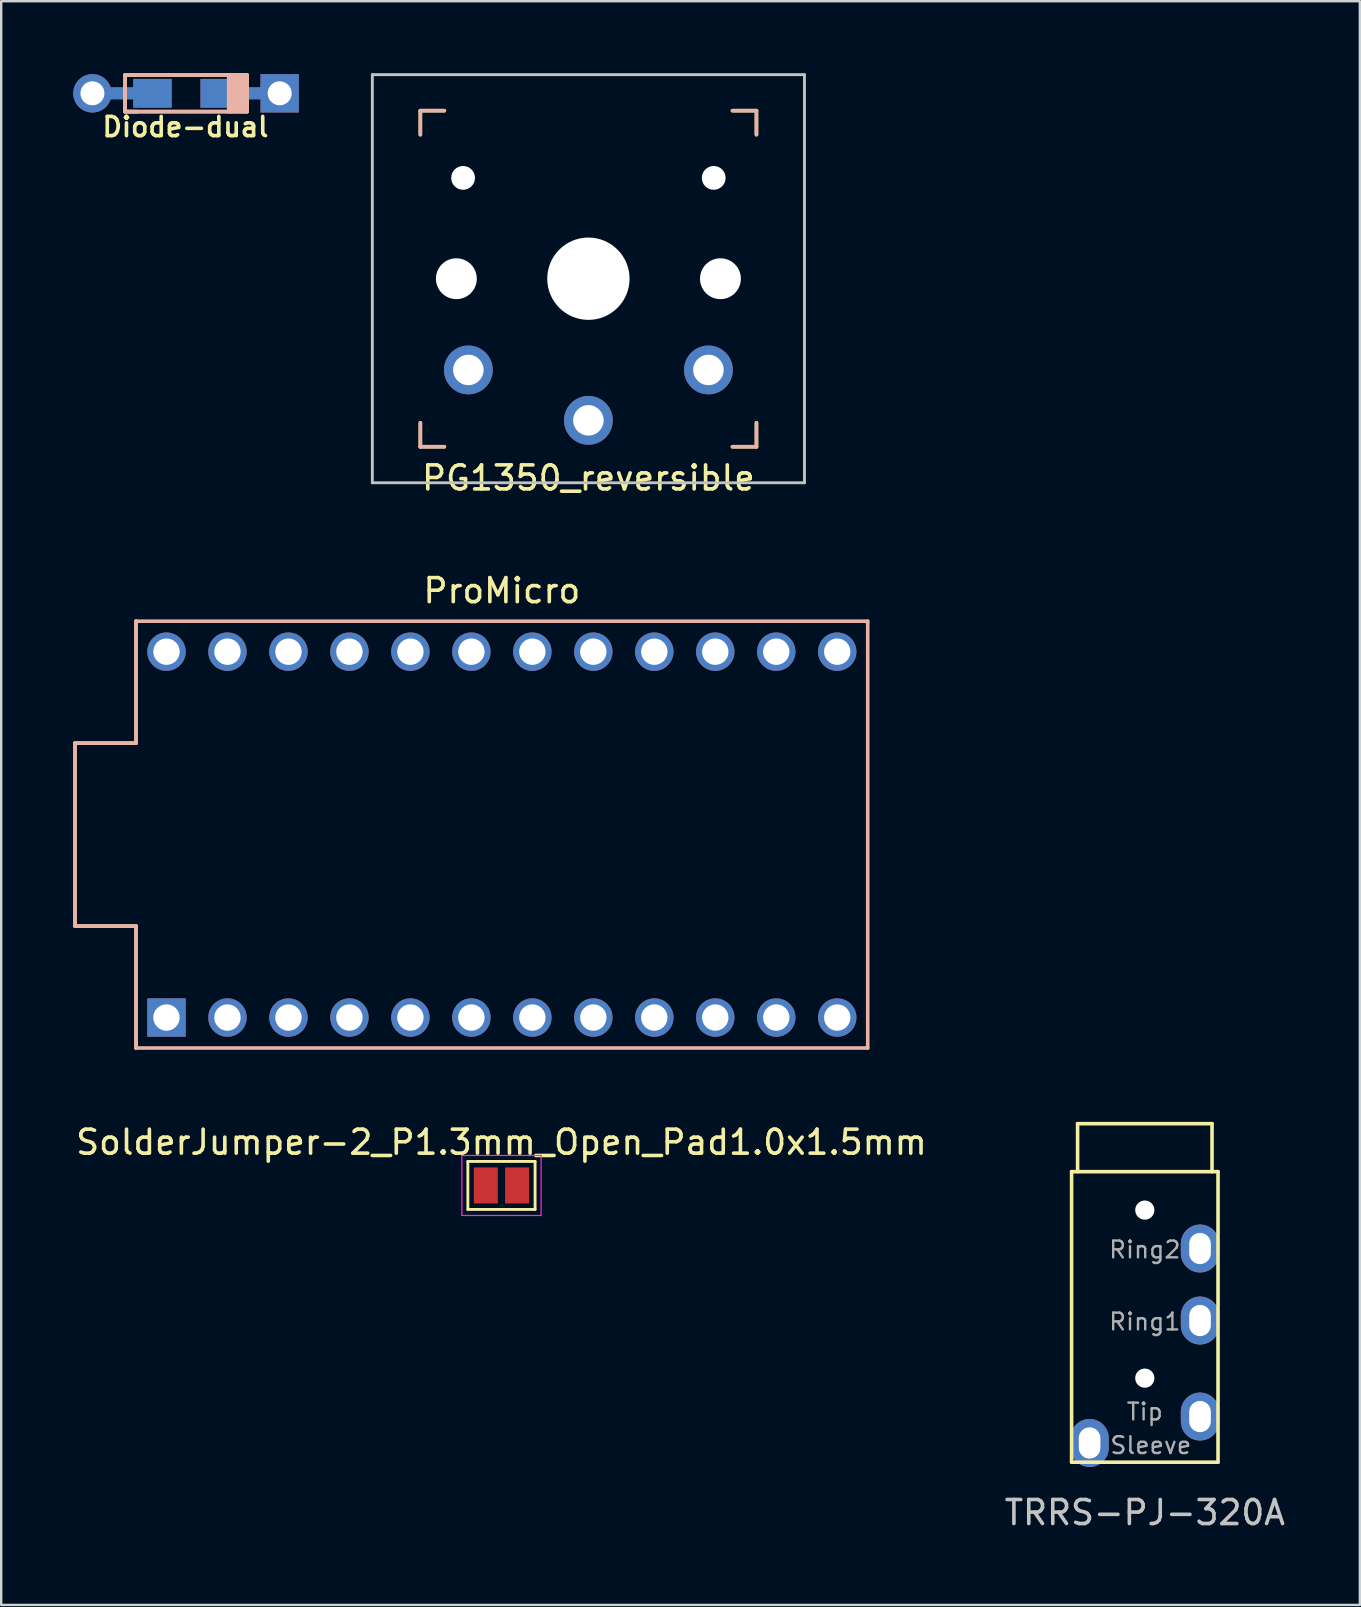
<source format=kicad_pcb>
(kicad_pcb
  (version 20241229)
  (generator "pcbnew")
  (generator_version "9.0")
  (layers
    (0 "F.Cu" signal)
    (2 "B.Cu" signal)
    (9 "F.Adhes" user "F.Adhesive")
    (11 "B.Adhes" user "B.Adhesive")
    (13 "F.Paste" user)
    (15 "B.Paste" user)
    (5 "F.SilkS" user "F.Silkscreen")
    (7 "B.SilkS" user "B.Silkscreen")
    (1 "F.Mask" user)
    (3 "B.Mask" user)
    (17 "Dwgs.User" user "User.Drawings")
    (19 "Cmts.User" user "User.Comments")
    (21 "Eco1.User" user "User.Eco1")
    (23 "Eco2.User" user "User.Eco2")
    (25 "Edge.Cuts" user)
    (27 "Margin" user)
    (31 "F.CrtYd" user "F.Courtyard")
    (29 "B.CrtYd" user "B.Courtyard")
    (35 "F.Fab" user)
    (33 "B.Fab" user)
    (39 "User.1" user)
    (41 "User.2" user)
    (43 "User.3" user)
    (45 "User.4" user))
  (footprint "PG1350_reversible"
    (layer "F.Cu")
    (at 21.46 8.56)
    (property "Reference" "PG1350_reversible" (at 0 8.3 180) (layer "F.SilkS") (effects (font (size 1 1) (thickness 0.15))))
    (attr through_hole)
    (fp_line (start -7 -7) (end -6 -7) (stroke (width 0.15) (type solid)) (layer "F.SilkS"))
    (fp_line (start -7 -6) (end -7 -7) (stroke (width 0.15) (type solid)) (layer "F.SilkS"))
    (fp_line (start -7 7) (end -7 6) (stroke (width 0.15) (type solid)) (layer "F.SilkS"))
    (fp_line (start -6 7) (end -7 7) (stroke (width 0.15) (type solid)) (layer "F.SilkS"))
    (fp_line (start 6 -7) (end 7 -7) (stroke (width 0.15) (type solid)) (layer "F.SilkS"))
    (fp_line (start 7 -7) (end 7 -6) (stroke (width 0.15) (type solid)) (layer "F.SilkS"))
    (fp_line (start 7 6) (end 7 7) (stroke (width 0.15) (type solid)) (layer "F.SilkS"))
    (fp_line (start 7 7) (end 6 7) (stroke (width 0.15) (type solid)) (layer "F.SilkS"))
    (fp_line (start -7 -7) (end -6 -7) (stroke (width 0.15) (type solid)) (layer "B.SilkS"))
    (fp_line (start -7 -6) (end -7 -7) (stroke (width 0.15) (type solid)) (layer "B.SilkS"))
    (fp_line (start -7 7) (end -7 6) (stroke (width 0.15) (type solid)) (layer "B.SilkS"))
    (fp_line (start -6 7) (end -7 7) (stroke (width 0.15) (type solid)) (layer "B.SilkS"))
    (fp_line (start 6 -7) (end 7 -7) (stroke (width 0.15) (type solid)) (layer "B.SilkS"))
    (fp_line (start 7 -7) (end 7 -6) (stroke (width 0.15) (type solid)) (layer "B.SilkS"))
    (fp_line (start 7 6) (end 7 7) (stroke (width 0.15) (type solid)) (layer "B.SilkS"))
    (fp_line (start 7 7) (end 6 7) (stroke (width 0.15) (type solid)) (layer "B.SilkS"))
    (fp_line (start -9 -8.5) (end -9 8.5) (stroke (width 0.12) (type solid)) (layer "Dwgs.User"))
    (fp_line (start -9 -8.5) (end 9 -8.5) (stroke (width 0.12) (type solid)) (layer "Dwgs.User"))
    (fp_line (start -9 8.5) (end 9 8.5) (stroke (width 0.12) (type solid)) (layer "Dwgs.User"))
    (fp_line (start 9 -8.5) (end 9 8.5) (stroke (width 0.12) (type solid)) (layer "Dwgs.User"))
    (fp_line (start -7.5 -7.5) (end 7.5 -7.5) (stroke (width 0.15) (type solid)) (layer "Eco2.User"))
    (fp_line (start -7.5 7.5) (end -7.5 -7.5) (stroke (width 0.15) (type solid)) (layer "Eco2.User"))
    (fp_line (start -6.9 6.9) (end -6.9 -6.9) (stroke (width 0.15) (type solid)) (layer "Eco2.User"))
    (fp_line (start -6.9 6.9) (end 6.9 6.9) (stroke (width 0.15) (type solid)) (layer "Eco2.User"))
    (fp_line (start -2.6 -3.1) (end -2.6 -6.3) (stroke (width 0.15) (type solid)) (layer "Eco2.User"))
    (fp_line (start -2.6 -3.1) (end 2.6 -3.1) (stroke (width 0.15) (type solid)) (layer "Eco2.User"))
    (fp_line (start 2.6 -6.3) (end -2.6 -6.3) (stroke (width 0.15) (type solid)) (layer "Eco2.User"))
    (fp_line (start 2.6 -3.1) (end 2.6 -6.3) (stroke (width 0.15) (type solid)) (layer "Eco2.User"))
    (fp_line (start 6.9 -6.9) (end -6.9 -6.9) (stroke (width 0.15) (type solid)) (layer "Eco2.User"))
    (fp_line (start 6.9 -6.9) (end 6.9 6.9) (stroke (width 0.15) (type solid)) (layer "Eco2.User"))
    (fp_line (start 7.5 -7.5) (end 7.5 7.5) (stroke (width 0.15) (type solid)) (layer "Eco2.User"))
    (fp_line (start 7.5 7.5) (end -7.5 7.5) (stroke (width 0.15) (type solid)) (layer "Eco2.User"))
    (pad "" np_thru_hole circle (at -5.5 0) (size 1.702 1.702) (drill 1.702) (layers "*.Cu" "*.Mask"))
    (pad "" np_thru_hole circle (at -5.22 -4.2) (size 0.991 0.991) (drill 0.991) (layers "*.Cu" "*.Mask"))
    (pad "" np_thru_hole circle (at 0 0) (size 3.429 3.429) (drill 3.429) (layers "*.Cu" "*.Mask"))
    (pad "" np_thru_hole circle (at 5.22 -4.2) (size 0.991 0.991) (drill 0.991) (layers "*.Cu" "*.Mask"))
    (pad "" np_thru_hole circle (at 5.5 0) (size 1.702 1.702) (drill 1.702) (layers "*.Cu" "*.Mask"))
    (pad "1" thru_hole circle (at 0 5.9) (size 2.032 2.032) (drill 1.27) (layers "*.Cu" "*.Mask"))
    (pad "2" thru_hole circle (at -5 3.8) (size 2.032 2.032) (drill 1.27) (layers "*.Cu" "*.Mask"))
    (pad "2" thru_hole circle (at 5 3.8) (size 2.032 2.032) (drill 1.27) (layers "*.Cu" "*.Mask")))
  (footprint "Diode-dual"
    (layer "F.Cu")
    (at 4.7 0.837)
    (property "Reference" "Diode-dual" (at -0.025 1.4 180) (layer "F.SilkS") (effects (font (size 0.8 0.8) (thickness 0.15))))
    (attr smd)
    (fp_line (start -2.54 -0.762) (end -2.54 0.762) (stroke (width 0.15) (type solid)) (layer "F.SilkS"))
    (fp_line (start -2.54 0.762) (end -2.032 0.762) (stroke (width 0.15) (type solid)) (layer "F.SilkS"))
    (fp_line (start -2.54 0.762) (end 2.54 0.762) (stroke (width 0.15) (type solid)) (layer "F.SilkS"))
    (fp_line (start 1.778 0.762) (end 1.778 -0.762) (stroke (width 0.15) (type solid)) (layer "F.SilkS"))
    (fp_line (start 1.905 0.762) (end 1.905 -0.762) (stroke (width 0.15) (type solid)) (layer "F.SilkS"))
    (fp_line (start 2.032 -0.762) (end 2.032 0.762) (stroke (width 0.15) (type solid)) (layer "F.SilkS"))
    (fp_line (start 2.159 0.762) (end 2.159 -0.762) (stroke (width 0.15) (type solid)) (layer "F.SilkS"))
    (fp_line (start 2.286 -0.762) (end 2.286 0.762) (stroke (width 0.15) (type solid)) (layer "F.SilkS"))
    (fp_line (start 2.413 0.762) (end 2.413 -0.762) (stroke (width 0.15) (type solid)) (layer "F.SilkS"))
    (fp_line (start 2.54 -0.762) (end -2.54 -0.762) (stroke (width 0.15) (type solid)) (layer "F.SilkS"))
    (fp_line (start 2.54 0.762) (end 2.54 -0.762) (stroke (width 0.15) (type solid)) (layer "F.SilkS"))
    (fp_line (start -2.54 -0.762) (end -2.032 -0.762) (stroke (width 0.15) (type solid)) (layer "B.SilkS"))
    (fp_line (start -2.54 -0.762) (end 2.54 -0.762) (stroke (width 0.15) (type solid)) (layer "B.SilkS"))
    (fp_line (start -2.54 0.762) (end -2.54 -0.762) (stroke (width 0.15) (type solid)) (layer "B.SilkS"))
    (fp_line (start 1.778 -0.762) (end 1.778 0.762) (stroke (width 0.15) (type solid)) (layer "B.SilkS"))
    (fp_line (start 1.905 -0.762) (end 1.905 0.762) (stroke (width 0.15) (type solid)) (layer "B.SilkS"))
    (fp_line (start 2.032 0.762) (end 2.032 -0.762) (stroke (width 0.15) (type solid)) (layer "B.SilkS"))
    (fp_line (start 2.159 -0.762) (end 2.159 0.762) (stroke (width 0.15) (type solid)) (layer "B.SilkS"))
    (fp_line (start 2.286 0.762) (end 2.286 -0.762) (stroke (width 0.15) (type solid)) (layer "B.SilkS"))
    (fp_line (start 2.413 -0.762) (end 2.413 0.762) (stroke (width 0.15) (type solid)) (layer "B.SilkS"))
    (fp_line (start 2.54 -0.762) (end 2.54 0.762) (stroke (width 0.15) (type solid)) (layer "B.SilkS"))
    (fp_line (start 2.54 0.762) (end -2.54 0.762) (stroke (width 0.15) (type solid)) (layer "B.SilkS"))
    (pad "1" smd rect (at 1.4 0) (size 1.6 1.2) (layers "F.Cu" "F.Mask" "F.Paste"))
    (pad "1" smd rect (at 1.4 0) (size 1.6 1.2) (layers "B.Cu" "B.Mask" "B.Paste"))
    (pad "1" smd rect (at 2.5 0) (size 2.9 0.5) (layers "F.Cu"))
    (pad "1" smd rect (at 2.5 0) (size 2.9 0.5) (layers "B.Cu"))
    (pad "1" thru_hole rect (at 3.9 0) (size 1.6 1.6) (drill 1) (layers "*.Cu" "*.Mask"))
    (pad "2" thru_hole circle (at -3.9 0) (size 1.6 1.6) (drill 1) (layers "*.Cu" "*.Mask"))
    (pad "2" smd rect (at -2.5 0) (size 2.9 0.5) (layers "F.Cu"))
    (pad "2" smd rect (at -2.5 0) (size 2.9 0.5) (layers "B.Cu"))
    (pad "2" smd rect (at -1.4 0) (size 1.6 1.2) (layers "F.Cu" "F.Mask" "F.Paste"))
    (pad "2" smd rect (at -1.4 0) (size 1.6 1.2) (layers "B.Cu" "B.Mask" "B.Paste")))
  (footprint "ProMicro"
    (layer "F.Cu")
    (at 17.855 31.716)
    (property "Reference" "ProMicro" (at 0 -10.16 180) (layer "F.SilkS") (effects (font (size 1 1) (thickness 0.15))))
    (attr through_hole)
    (fp_line (start -17.78 -3.81) (end -15.24 -3.81) (stroke (width 0.15) (type solid)) (layer "F.SilkS"))
    (fp_line (start -17.78 3.81) (end -17.78 -3.81) (stroke (width 0.15) (type solid)) (layer "F.SilkS"))
    (fp_line (start -15.24 -3.81) (end -15.24 -8.89) (stroke (width 0.15) (type solid)) (layer "F.SilkS"))
    (fp_line (start -15.24 3.81) (end -17.78 3.81) (stroke (width 0.15) (type solid)) (layer "F.SilkS"))
    (fp_line (start -15.24 8.89) (end -15.24 3.81) (stroke (width 0.15) (type solid)) (layer "F.SilkS"))
    (fp_line (start -17.78 -3.81) (end -15.24 -3.81) (stroke (width 0.15) (type solid)) (layer "B.SilkS"))
    (fp_line (start -17.78 3.81) (end -17.78 -3.81) (stroke (width 0.15) (type solid)) (layer "B.SilkS"))
    (fp_line (start -15.24 -8.89) (end 15.24 -8.89) (stroke (width 0.15) (type solid)) (layer "B.SilkS"))
    (fp_line (start -15.24 -3.81) (end -15.24 -8.89) (stroke (width 0.15) (type solid)) (layer "B.SilkS"))
    (fp_line (start -15.24 3.81) (end -17.78 3.81) (stroke (width 0.15) (type solid)) (layer "B.SilkS"))
    (fp_line (start -15.24 8.89) (end -15.24 3.81) (stroke (width 0.15) (type solid)) (layer "B.SilkS"))
    (fp_line (start 15.24 -8.89) (end 15.24 8.89) (stroke (width 0.15) (type solid)) (layer "B.SilkS"))
    (fp_line (start 15.24 8.89) (end -15.24 8.89) (stroke (width 0.15) (type solid)) (layer "B.SilkS"))
    (fp_line (start -15.24 -8.89) (end 15.24 -8.89) (stroke (width 0.15) (type solid)) (layer "Eco2.User"))
    (fp_line (start -15.24 8.89) (end 15.24 8.89) (stroke (width 0.15) (type solid)) (layer "Eco2.User"))
    (fp_line (start 15.24 -8.89) (end 15.24 8.89) (stroke (width 0.15) (type solid)) (layer "Eco2.User"))
    (pad "1" thru_hole rect (at -13.97 7.62) (size 1.6 1.6) (drill 1.1) (layers "*.Cu" "*.Mask"))
    (pad "2" thru_hole circle (at -11.43 7.62) (size 1.6 1.6) (drill 1.1) (layers "*.Cu" "*.Mask"))
    (pad "3" thru_hole circle (at -8.89 7.62) (size 1.6 1.6) (drill 1.1) (layers "*.Cu" "*.Mask"))
    (pad "4" thru_hole circle (at -6.35 7.62) (size 1.6 1.6) (drill 1.1) (layers "*.Cu" "*.Mask"))
    (pad "5" thru_hole circle (at -3.81 7.62) (size 1.6 1.6) (drill 1.1) (layers "*.Cu" "*.Mask"))
    (pad "6" thru_hole circle (at -1.27 7.62) (size 1.6 1.6) (drill 1.1) (layers "*.Cu" "*.Mask"))
    (pad "7" thru_hole circle (at 1.27 7.62) (size 1.6 1.6) (drill 1.1) (layers "*.Cu" "*.Mask"))
    (pad "8" thru_hole circle (at 3.81 7.62) (size 1.6 1.6) (drill 1.1) (layers "*.Cu" "*.Mask"))
    (pad "9" thru_hole circle (at 6.35 7.62) (size 1.6 1.6) (drill 1.1) (layers "*.Cu" "*.Mask"))
    (pad "10" thru_hole circle (at 8.89 7.62) (size 1.6 1.6) (drill 1.1) (layers "*.Cu" "*.Mask"))
    (pad "11" thru_hole circle (at 11.43 7.62) (size 1.6 1.6) (drill 1.1) (layers "*.Cu" "*.Mask"))
    (pad "12" thru_hole circle (at 13.97 7.62) (size 1.6 1.6) (drill 1.1) (layers "*.Cu" "*.Mask"))
    (pad "13" thru_hole circle (at 13.97 -7.62) (size 1.6 1.6) (drill 1.1) (layers "*.Cu" "*.Mask"))
    (pad "14" thru_hole circle (at 11.43 -7.62) (size 1.6 1.6) (drill 1.1) (layers "*.Cu" "*.Mask"))
    (pad "15" thru_hole circle (at 8.89 -7.62) (size 1.6 1.6) (drill 1.1) (layers "*.Cu" "*.Mask"))
    (pad "16" thru_hole circle (at 6.35 -7.62) (size 1.6 1.6) (drill 1.1) (layers "*.Cu" "*.Mask"))
    (pad "17" thru_hole circle (at 3.81 -7.62) (size 1.6 1.6) (drill 1.1) (layers "*.Cu" "*.Mask"))
    (pad "18" thru_hole circle (at 1.27 -7.62) (size 1.6 1.6) (drill 1.1) (layers "*.Cu" "*.Mask"))
    (pad "19" thru_hole circle (at -1.27 -7.62) (size 1.6 1.6) (drill 1.1) (layers "*.Cu" "*.Mask"))
    (pad "20" thru_hole circle (at -3.81 -7.62) (size 1.6 1.6) (drill 1.1) (layers "*.Cu" "*.Mask"))
    (pad "21" thru_hole circle (at -6.35 -7.62) (size 1.6 1.6) (drill 1.1) (layers "*.Cu" "*.Mask"))
    (pad "22" thru_hole circle (at -8.89 -7.62) (size 1.6 1.6) (drill 1.1) (layers "*.Cu" "*.Mask"))
    (pad "23" thru_hole circle (at -11.43 -7.62) (size 1.6 1.6) (drill 1.1) (layers "*.Cu" "*.Mask"))
    (pad "24" thru_hole circle (at -13.97 -7.62) (size 1.6 1.6) (drill 1.1) (layers "*.Cu" "*.Mask")))
  (footprint "SolderJumper-2_P1.3mm_Open_Pad1.0x1.5mm"
    (layer "F.Cu")
    (at 17.839 46.33)
    (property "Reference" "SolderJumper-2_P1.3mm_Open_Pad1.0x1.5mm" (at 0 -1.8 0) (layer "F.SilkS") (effects (font (size 1 1) (thickness 0.15))))
    (attr exclude_from_pos_files)
    (fp_line (start -1.4 -1) (end 1.4 -1) (stroke (width 0.12) (type solid)) (layer "F.SilkS"))
    (fp_line (start -1.4 1) (end -1.4 -1) (stroke (width 0.12) (type solid)) (layer "F.SilkS"))
    (fp_line (start 1.4 -1) (end 1.4 1) (stroke (width 0.12) (type solid)) (layer "F.SilkS"))
    (fp_line (start 1.4 1) (end -1.4 1) (stroke (width 0.12) (type solid)) (layer "F.SilkS"))
    (fp_line (start -1.65 -1.25) (end -1.65 1.25) (stroke (width 0.05) (type solid)) (layer "F.CrtYd"))
    (fp_line (start -1.65 -1.25) (end 1.65 -1.25) (stroke (width 0.05) (type solid)) (layer "F.CrtYd"))
    (fp_line (start 1.65 1.25) (end -1.65 1.25) (stroke (width 0.05) (type solid)) (layer "F.CrtYd"))
    (fp_line (start 1.65 1.25) (end 1.65 -1.25) (stroke (width 0.05) (type solid)) (layer "F.CrtYd"))
    (pad "1" smd rect (at -0.65 0 180) (size 1 1.5) (layers "F.Cu" "F.Mask"))
    (pad "2" smd rect (at 0.65 0 180) (size 1 1.5) (layers "F.Cu" "F.Mask")))
  (footprint "TRRS-PJ-320A"
    (layer "F.Cu")
    (at 44.637 45.757)
    (property "Reference" "TRRS-PJ-320A" (at 0 14.2 0) (layer "Dwgs.User") (effects (font (size 1 1) (thickness 0.15))))
    (attr through_hole)
    (fp_line (start -3.05 0) (end -3.05 12.1) (stroke (width 0.15) (type solid)) (layer "F.SilkS"))
    (fp_line (start -2.8 0) (end -2.8 -2) (stroke (width 0.15) (type solid)) (layer "F.SilkS"))
    (fp_line (start 2.8 -2) (end -2.8 -2) (stroke (width 0.15) (type solid)) (layer "F.SilkS"))
    (fp_line (start 2.8 0) (end 2.8 -2) (stroke (width 0.15) (type solid)) (layer "F.SilkS"))
    (fp_line (start 3.05 0) (end -3.05 0) (stroke (width 0.15) (type solid)) (layer "F.SilkS"))
    (fp_line (start 3.05 0) (end 3.05 12.1) (stroke (width 0.15) (type solid)) (layer "F.SilkS"))
    (fp_line (start 3.05 12.1) (end -3.05 12.1) (stroke (width 0.15) (type solid)) (layer "F.SilkS"))
    (fp_line (start -3.05 0) (end -3.05 12.1) (stroke (width 0.15) (type solid)) (layer "Eco2.User"))
    (fp_line (start -2.8 0) (end -2.8 -2) (stroke (width 0.15) (type solid)) (layer "Eco2.User"))
    (fp_line (start 2.8 -2) (end -2.8 -2) (stroke (width 0.15) (type solid)) (layer "Eco2.User"))
    (fp_line (start 2.8 0) (end 2.8 -2) (stroke (width 0.15) (type solid)) (layer "Eco2.User"))
    (fp_line (start 3.05 0) (end -3.05 0) (stroke (width 0.15) (type solid)) (layer "Eco2.User"))
    (fp_line (start 3.05 0) (end 3.05 12.1) (stroke (width 0.15) (type solid)) (layer "Eco2.User"))
    (fp_line (start 3.05 12.1) (end -3.05 12.1) (stroke (width 0.15) (type solid)) (layer "Eco2.User"))
    (fp_text user "Tip" (at 0 10 0) (layer "F.Fab") (effects (font (size 0.7 0.7) (thickness 0.1))))
    (fp_text user "Ring1" (at 0 6.25 0) (layer "F.Fab") (effects (font (size 0.7 0.7) (thickness 0.1))))
    (fp_text user "Sleeve" (at 0.25 11.4 0) (layer "F.Fab") (effects (font (size 0.7 0.7) (thickness 0.1))))
    (fp_text user "Ring2" (at 0 3.25 0) (layer "F.Fab") (effects (font (size 0.7 0.7) (thickness 0.1))))
    (pad "" np_thru_hole circle (at 0 1.6 180) (size 0.8 0.8) (drill 0.8) (layers "*.Cu" "*.Mask"))
    (pad "" np_thru_hole circle (at 0 8.6 180) (size 0.8 0.8) (drill 0.8) (layers "*.Cu" "*.Mask"))
    (pad "1" thru_hole oval (at -2.3 11.3 180) (size 1.6 2) (drill oval 0.9 1.3) (layers "*.Cu" "*.Mask"))
    (pad "2" thru_hole oval (at 2.3 10.2 180) (size 1.6 2) (drill oval 0.9 1.3) (layers "*.Cu" "*.Mask"))
    (pad "3" thru_hole oval (at 2.3 6.2 180) (size 1.6 2) (drill oval 0.9 1.3) (layers "*.Cu" "*.Mask"))
    (pad "4" thru_hole oval (at 2.3 3.2 180) (size 1.6 2) (drill oval 0.9 1.3) (layers "*.Cu" "*.Mask")))
  (gr_rect
    (start -3 -3)
    (end 53.595 63.805)
    (stroke (width 0.1) (type default))
    (fill no)
    (layer "Edge.Cuts")))
</source>
